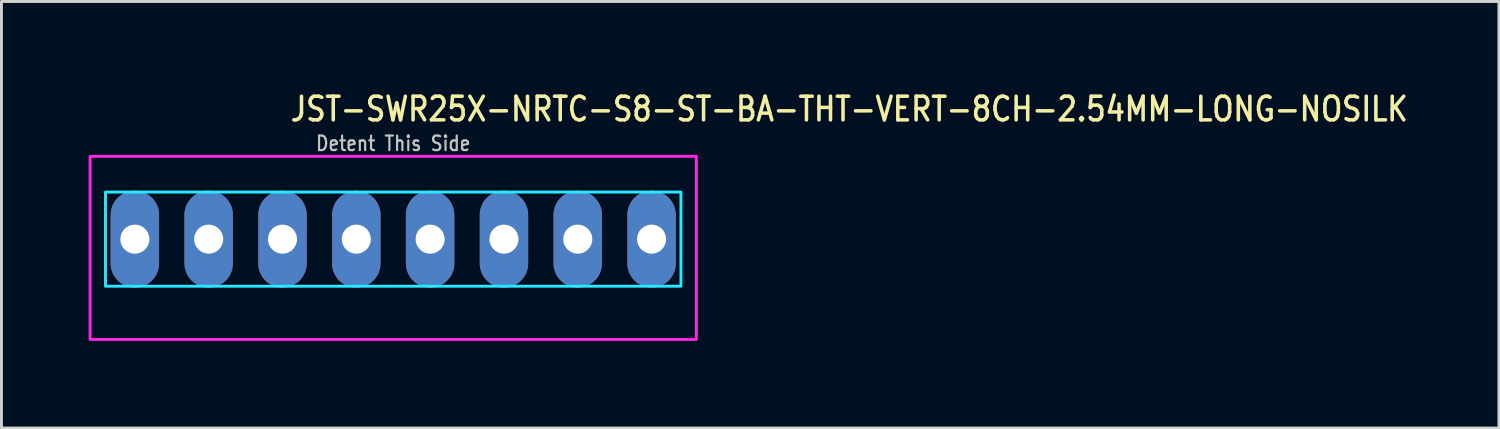
<source format=kicad_pcb>
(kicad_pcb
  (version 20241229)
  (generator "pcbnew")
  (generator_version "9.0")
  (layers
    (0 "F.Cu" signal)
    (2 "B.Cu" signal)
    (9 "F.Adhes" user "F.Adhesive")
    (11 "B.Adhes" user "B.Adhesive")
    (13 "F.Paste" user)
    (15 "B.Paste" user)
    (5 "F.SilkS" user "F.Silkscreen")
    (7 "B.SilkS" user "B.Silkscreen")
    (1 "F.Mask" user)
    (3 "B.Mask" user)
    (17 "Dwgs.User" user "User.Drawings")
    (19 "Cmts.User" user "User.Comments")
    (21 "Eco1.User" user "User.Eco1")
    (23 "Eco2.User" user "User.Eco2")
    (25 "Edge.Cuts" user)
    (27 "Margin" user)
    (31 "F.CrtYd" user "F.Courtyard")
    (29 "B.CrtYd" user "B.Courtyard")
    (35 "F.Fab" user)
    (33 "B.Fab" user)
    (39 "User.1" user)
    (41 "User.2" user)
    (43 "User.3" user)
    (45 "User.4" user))
  (footprint "JST-SWR25X-NRTC-S8-ST-BA-THT-VERT-8CH-2.54MM-LONG-NOSILK"
    (layer "F.Cu")
    (at 10.48 5.179)
    (property "Reference" "JST-SWR25X-NRTC-S8-ST-BA-THT-VERT-8CH-2.54MM-LONG-NOSILK" (at -3.6 -4 0) (unlocked yes) (layer "F.SilkS") (effects (font (size 0.813 0.695) (thickness 0.122)) (justify left bottom)))
    (fp_poly (pts (xy -9.9 -1.62) (xy -9.9 1.62) (xy 9.9 1.62) (xy 9.9 -1.62)) (stroke (width 0.1) (type solid)) (fill no) (layer "B.CrtYd"))
    (fp_poly (pts (xy -10.43 -2.85) (xy -10.43 3.45) (xy 10.43 3.45) (xy 10.43 -2.85)) (stroke (width 0.1) (type solid)) (fill no) (layer "F.CrtYd"))
    (fp_text user "Detent This Side" (at 0 -3 0) (unlocked yes) (layer "Dwgs.User") (effects (font (size 0.5 0.427) (thickness 0.075)) (justify bottom)))
    (pad "1" thru_hole oval (at -8.89 0 90) (size 3.333 1.667) (drill 1) (layers "*.Cu" "*.Mask"))
    (pad "2" thru_hole oval (at -6.35 0 90) (size 3.333 1.667) (drill 1) (layers "*.Cu" "*.Mask"))
    (pad "3" thru_hole oval (at -3.81 0 90) (size 3.333 1.667) (drill 1) (layers "*.Cu" "*.Mask"))
    (pad "4" thru_hole oval (at -1.27 0 90) (size 3.333 1.667) (drill 1) (layers "*.Cu" "*.Mask"))
    (pad "5" thru_hole oval (at 1.27 0 90) (size 3.333 1.667) (drill 1) (layers "*.Cu" "*.Mask"))
    (pad "6" thru_hole oval (at 3.81 0 90) (size 3.333 1.667) (drill 1) (layers "*.Cu" "*.Mask"))
    (pad "7" thru_hole oval (at 6.35 0 90) (size 3.333 1.667) (drill 1) (layers "*.Cu" "*.Mask"))
    (pad "8" thru_hole oval (at 8.89 0 90) (size 3.333 1.667) (drill 1) (layers "*.Cu" "*.Mask")))
  (gr_rect
    (start -3 -3)
    (end 48.527 11.679)
    (stroke (width 0.1) (type default))
    (fill no)
    (layer "Edge.Cuts")))
</source>
